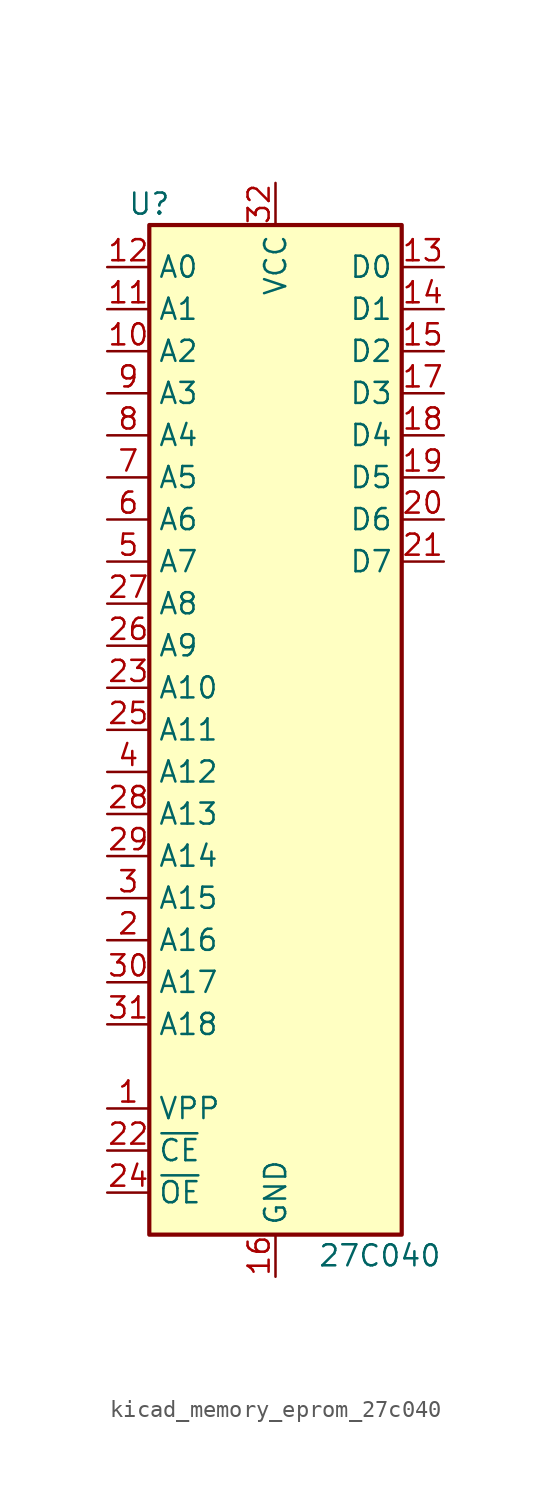
<source format=kicad_sym>
(kicad_symbol_lib
  (version 20220914)
  (generator kicad_symbol_editor)
  (symbol "kicad_memory_eprom_27c040"
    (property "Reference" "U"
      (at -7.62 31.75 0)
      (effects (font (size 1.27 1.27))))
    (property "Value" "27C040"
      (at 2.54 -31.75 0)
      (effects (font (size 1.27 1.27)) (justify left)))
    (symbol "kicad_memory_eprom_27c040_1_1"
      (rectangle (start -7.62 30.48) (end 7.62 -30.48) (stroke (width 0.254) (type default)) (fill (type background)))
      (pin input line (at -10.16 -22.86 0) (length 2.54) (name "VPP" (effects (font (size 1.27 1.27)))) (number "1" (effects (font (size 1.27 1.27)))))
      (pin input line (at -10.16 22.86 0) (length 2.54) (name "A2" (effects (font (size 1.27 1.27)))) (number "10" (effects (font (size 1.27 1.27)))))
      (pin input line (at -10.16 25.4 0) (length 2.54) (name "A1" (effects (font (size 1.27 1.27)))) (number "11" (effects (font (size 1.27 1.27)))))
      (pin input line (at -10.16 27.94 0) (length 2.54) (name "A0" (effects (font (size 1.27 1.27)))) (number "12" (effects (font (size 1.27 1.27)))))
      (pin tri_state line (at 10.16 27.94 180) (length 2.54) (name "D0" (effects (font (size 1.27 1.27)))) (number "13" (effects (font (size 1.27 1.27)))))
      (pin tri_state line (at 10.16 25.4 180) (length 2.54) (name "D1" (effects (font (size 1.27 1.27)))) (number "14" (effects (font (size 1.27 1.27)))))
      (pin tri_state line (at 10.16 22.86 180) (length 2.54) (name "D2" (effects (font (size 1.27 1.27)))) (number "15" (effects (font (size 1.27 1.27)))))
      (pin power_in line (at 0 -33.02 90) (length 2.54) (name "GND" (effects (font (size 1.27 1.27)))) (number "16" (effects (font (size 1.27 1.27)))))
      (pin tri_state line (at 10.16 20.32 180) (length 2.54) (name "D3" (effects (font (size 1.27 1.27)))) (number "17" (effects (font (size 1.27 1.27)))))
      (pin tri_state line (at 10.16 17.78 180) (length 2.54) (name "D4" (effects (font (size 1.27 1.27)))) (number "18" (effects (font (size 1.27 1.27)))))
      (pin tri_state line (at 10.16 15.24 180) (length 2.54) (name "D5" (effects (font (size 1.27 1.27)))) (number "19" (effects (font (size 1.27 1.27)))))
      (pin input line (at -10.16 -12.7 0) (length 2.54) (name "A16" (effects (font (size 1.27 1.27)))) (number "2" (effects (font (size 1.27 1.27)))))
      (pin tri_state line (at 10.16 12.7 180) (length 2.54) (name "D6" (effects (font (size 1.27 1.27)))) (number "20" (effects (font (size 1.27 1.27)))))
      (pin tri_state line (at 10.16 10.16 180) (length 2.54) (name "D7" (effects (font (size 1.27 1.27)))) (number "21" (effects (font (size 1.27 1.27)))))
      (pin input line (at -10.16 -25.4 0) (length 2.54) (name "~{CE}" (effects (font (size 1.27 1.27)))) (number "22" (effects (font (size 1.27 1.27)))))
      (pin input line (at -10.16 2.54 0) (length 2.54) (name "A10" (effects (font (size 1.27 1.27)))) (number "23" (effects (font (size 1.27 1.27)))))
      (pin input line (at -10.16 -27.94 0) (length 2.54) (name "~{OE}" (effects (font (size 1.27 1.27)))) (number "24" (effects (font (size 1.27 1.27)))))
      (pin input line (at -10.16 0 0) (length 2.54) (name "A11" (effects (font (size 1.27 1.27)))) (number "25" (effects (font (size 1.27 1.27)))))
      (pin input line (at -10.16 5.08 0) (length 2.54) (name "A9" (effects (font (size 1.27 1.27)))) (number "26" (effects (font (size 1.27 1.27)))))
      (pin input line (at -10.16 7.62 0) (length 2.54) (name "A8" (effects (font (size 1.27 1.27)))) (number "27" (effects (font (size 1.27 1.27)))))
      (pin input line (at -10.16 -5.08 0) (length 2.54) (name "A13" (effects (font (size 1.27 1.27)))) (number "28" (effects (font (size 1.27 1.27)))))
      (pin input line (at -10.16 -7.62 0) (length 2.54) (name "A14" (effects (font (size 1.27 1.27)))) (number "29" (effects (font (size 1.27 1.27)))))
      (pin input line (at -10.16 -10.16 0) (length 2.54) (name "A15" (effects (font (size 1.27 1.27)))) (number "3" (effects (font (size 1.27 1.27)))))
      (pin input line (at -10.16 -15.24 0) (length 2.54) (name "A17" (effects (font (size 1.27 1.27)))) (number "30" (effects (font (size 1.27 1.27)))))
      (pin input line (at -10.16 -17.78 0) (length 2.54) (name "A18" (effects (font (size 1.27 1.27)))) (number "31" (effects (font (size 1.27 1.27)))))
      (pin power_in line (at 0 33.02 270) (length 2.54) (name "VCC" (effects (font (size 1.27 1.27)))) (number "32" (effects (font (size 1.27 1.27)))))
      (pin input line (at -10.16 -2.54 0) (length 2.54) (name "A12" (effects (font (size 1.27 1.27)))) (number "4" (effects (font (size 1.27 1.27)))))
      (pin input line (at -10.16 10.16 0) (length 2.54) (name "A7" (effects (font (size 1.27 1.27)))) (number "5" (effects (font (size 1.27 1.27)))))
      (pin input line (at -10.16 12.7 0) (length 2.54) (name "A6" (effects (font (size 1.27 1.27)))) (number "6" (effects (font (size 1.27 1.27)))))
      (pin input line (at -10.16 15.24 0) (length 2.54) (name "A5" (effects (font (size 1.27 1.27)))) (number "7" (effects (font (size 1.27 1.27)))))
      (pin input line (at -10.16 17.78 0) (length 2.54) (name "A4" (effects (font (size 1.27 1.27)))) (number "8" (effects (font (size 1.27 1.27)))))
      (pin input line (at -10.16 20.32 0) (length 2.54) (name "A3" (effects (font (size 1.27 1.27)))) (number "9" (effects (font (size 1.27 1.27))))))))
</source>
